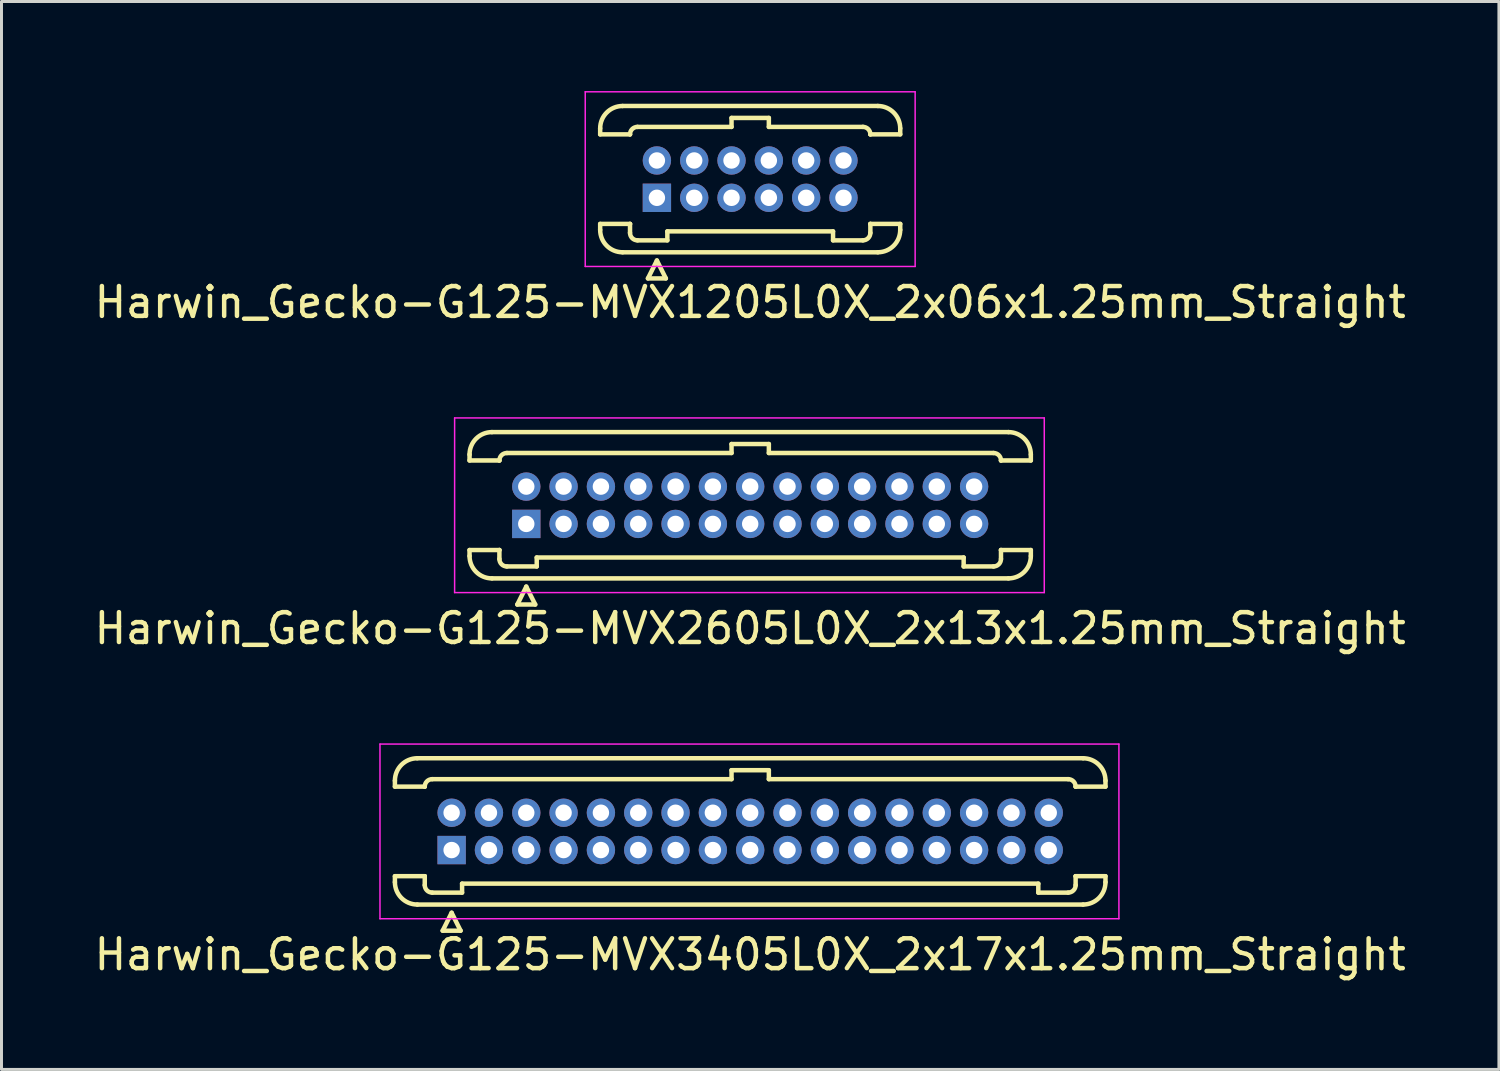
<source format=kicad_pcb>
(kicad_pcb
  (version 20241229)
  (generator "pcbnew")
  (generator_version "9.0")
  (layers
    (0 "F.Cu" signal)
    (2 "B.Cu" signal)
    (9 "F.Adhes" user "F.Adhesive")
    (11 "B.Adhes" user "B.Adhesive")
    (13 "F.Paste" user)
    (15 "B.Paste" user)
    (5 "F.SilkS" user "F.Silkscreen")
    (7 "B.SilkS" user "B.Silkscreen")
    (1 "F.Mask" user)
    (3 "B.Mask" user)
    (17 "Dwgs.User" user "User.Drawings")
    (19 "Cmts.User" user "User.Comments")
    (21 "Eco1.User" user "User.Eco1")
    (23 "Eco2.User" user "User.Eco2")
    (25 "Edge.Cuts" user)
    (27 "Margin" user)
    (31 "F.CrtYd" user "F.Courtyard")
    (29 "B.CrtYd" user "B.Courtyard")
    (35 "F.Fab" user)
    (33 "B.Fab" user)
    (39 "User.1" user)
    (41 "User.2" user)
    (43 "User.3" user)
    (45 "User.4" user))
  (footprint "Harwin_Gecko-G125-MVX1205L0X_2x06x1.25mm_Straight"
    (layer "F.Cu")
    (at 18.952 3.575)
    (property "Reference" "Harwin_Gecko-G125-MVX1205L0X_2x06x1.25mm_Straight" (at 3.125 3.5 0) (layer "F.SilkS") (effects (font (size 1 1) (thickness 0.15))))
    (attr through_hole)
    (fp_line (start -1.9 -2.325) (end -1.9 -2.125) (stroke (width 0.15) (type solid)) (layer "F.SilkS"))
    (fp_line (start -1.9 -2.125) (end -0.9 -2.125) (stroke (width 0.15) (type solid)) (layer "F.SilkS"))
    (fp_line (start -1.9 0.875) (end -0.9 0.875) (stroke (width 0.15) (type solid)) (layer "F.SilkS"))
    (fp_line (start -1.9 1.075) (end -1.9 0.875) (stroke (width 0.15) (type solid)) (layer "F.SilkS"))
    (fp_line (start -1.15 -3.075) (end 7.4 -3.075) (stroke (width 0.15) (type solid)) (layer "F.SilkS"))
    (fp_line (start -1.15 1.825) (end 7.4 1.825) (stroke (width 0.15) (type solid)) (layer "F.SilkS"))
    (fp_line (start -0.9 -2.125) (end -0.9 -2.125) (stroke (width 0.15) (type solid)) (layer "F.SilkS"))
    (fp_line (start -0.9 0.875) (end -0.9 0.875) (stroke (width 0.15) (type solid)) (layer "F.SilkS"))
    (fp_line (start -0.9 1.175) (end -0.9 0.875) (stroke (width 0.15) (type solid)) (layer "F.SilkS"))
    (fp_line (start -0.65 -2.375) (end 2.5 -2.375) (stroke (width 0.15) (type solid)) (layer "F.SilkS"))
    (fp_line (start -0.65 1.425) (end 0.35 1.425) (stroke (width 0.15) (type solid)) (layer "F.SilkS"))
    (fp_line (start -0.3 2.7) (end 0.3 2.7) (stroke (width 0.15) (type solid)) (layer "F.SilkS"))
    (fp_line (start 0 2.1) (end -0.3 2.7) (stroke (width 0.15) (type solid)) (layer "F.SilkS"))
    (fp_line (start 0.3 2.7) (end 0 2.1) (stroke (width 0.15) (type solid)) (layer "F.SilkS"))
    (fp_line (start 0.35 1.125) (end 5.9 1.125) (stroke (width 0.15) (type solid)) (layer "F.SilkS"))
    (fp_line (start 0.35 1.425) (end 0.35 1.125) (stroke (width 0.15) (type solid)) (layer "F.SilkS"))
    (fp_line (start 2.5 -2.675) (end 3.75 -2.675) (stroke (width 0.15) (type solid)) (layer "F.SilkS"))
    (fp_line (start 2.5 -2.375) (end 2.5 -2.675) (stroke (width 0.15) (type solid)) (layer "F.SilkS"))
    (fp_line (start 3.75 -2.675) (end 3.75 -2.375) (stroke (width 0.15) (type solid)) (layer "F.SilkS"))
    (fp_line (start 3.75 -2.375) (end 6.9 -2.375) (stroke (width 0.15) (type solid)) (layer "F.SilkS"))
    (fp_line (start 5.9 1.125) (end 5.9 1.425) (stroke (width 0.15) (type solid)) (layer "F.SilkS"))
    (fp_line (start 5.9 1.425) (end 6.9 1.425) (stroke (width 0.15) (type solid)) (layer "F.SilkS"))
    (fp_line (start 7.15 -2.125) (end 7.15 -2.125) (stroke (width 0.15) (type solid)) (layer "F.SilkS"))
    (fp_line (start 7.15 0.875) (end 7.15 0.875) (stroke (width 0.15) (type solid)) (layer "F.SilkS"))
    (fp_line (start 7.15 1.175) (end 7.15 0.875) (stroke (width 0.15) (type solid)) (layer "F.SilkS"))
    (fp_line (start 8.15 -2.325) (end 8.15 -2.125) (stroke (width 0.15) (type solid)) (layer "F.SilkS"))
    (fp_line (start 8.15 -2.125) (end 7.15 -2.125) (stroke (width 0.15) (type solid)) (layer "F.SilkS"))
    (fp_line (start 8.15 0.875) (end 7.15 0.875) (stroke (width 0.15) (type solid)) (layer "F.SilkS"))
    (fp_line (start 8.15 1.075) (end 8.15 0.875) (stroke (width 0.15) (type solid)) (layer "F.SilkS"))
    (fp_arc (start -1.9 -2.325) (mid -1.68033 -2.85533) (end -1.15 -3.075) (stroke (width 0.15) (type solid)) (layer "F.SilkS"))
    (fp_arc (start -1.15 1.825) (mid -1.68033 1.60533) (end -1.9 1.075) (stroke (width 0.15) (type solid)) (layer "F.SilkS"))
    (fp_arc (start -0.9 -2.125) (mid -0.826777 -2.301777) (end -0.65 -2.375) (stroke (width 0.15) (type solid)) (layer "F.SilkS"))
    (fp_arc (start -0.65 1.425) (mid -0.826777 1.351777) (end -0.9 1.175) (stroke (width 0.15) (type solid)) (layer "F.SilkS"))
    (fp_arc (start 6.9 -2.375) (mid 7.076777 -2.301777) (end 7.15 -2.125) (stroke (width 0.15) (type solid)) (layer "F.SilkS"))
    (fp_arc (start 7.15 1.175) (mid 7.076777 1.351777) (end 6.9 1.425) (stroke (width 0.15) (type solid)) (layer "F.SilkS"))
    (fp_arc (start 7.4 -3.075) (mid 7.93033 -2.85533) (end 8.15 -2.325) (stroke (width 0.15) (type solid)) (layer "F.SilkS"))
    (fp_arc (start 8.15 1.075) (mid 7.93033 1.60533) (end 7.4 1.825) (stroke (width 0.15) (type solid)) (layer "F.SilkS"))
    (fp_line (start -2.4 -3.55) (end -2.4 2.3) (stroke (width 0.05) (type solid)) (layer "F.CrtYd"))
    (fp_line (start -2.4 2.3) (end 8.65 2.3) (stroke (width 0.05) (type solid)) (layer "F.CrtYd"))
    (fp_line (start 8.65 -3.55) (end -2.4 -3.55) (stroke (width 0.05) (type solid)) (layer "F.CrtYd"))
    (fp_line (start 8.65 2.3) (end 8.65 -3.55) (stroke (width 0.05) (type solid)) (layer "F.CrtYd"))
    (pad "1" thru_hole rect (at 0 0) (size 0.95 0.95) (drill 0.55) (layers "*.Cu" "*.Mask"))
    (pad "2" thru_hole circle (at 0 -1.25) (size 0.95 0.95) (drill 0.55) (layers "*.Cu" "*.Mask"))
    (pad "3" thru_hole circle (at 1.25 0) (size 0.95 0.95) (drill 0.55) (layers "*.Cu" "*.Mask"))
    (pad "4" thru_hole circle (at 1.25 -1.25) (size 0.95 0.95) (drill 0.55) (layers "*.Cu" "*.Mask"))
    (pad "5" thru_hole circle (at 2.5 0) (size 0.95 0.95) (drill 0.55) (layers "*.Cu" "*.Mask"))
    (pad "6" thru_hole circle (at 2.5 -1.25) (size 0.95 0.95) (drill 0.55) (layers "*.Cu" "*.Mask"))
    (pad "7" thru_hole circle (at 3.75 0) (size 0.95 0.95) (drill 0.55) (layers "*.Cu" "*.Mask"))
    (pad "8" thru_hole circle (at 3.75 -1.25) (size 0.95 0.95) (drill 0.55) (layers "*.Cu" "*.Mask"))
    (pad "9" thru_hole circle (at 5 0) (size 0.95 0.95) (drill 0.55) (layers "*.Cu" "*.Mask"))
    (pad "10" thru_hole circle (at 5 -1.25) (size 0.95 0.95) (drill 0.55) (layers "*.Cu" "*.Mask"))
    (pad "11" thru_hole circle (at 6.25 0) (size 0.95 0.95) (drill 0.55) (layers "*.Cu" "*.Mask"))
    (pad "12" thru_hole circle (at 6.25 -1.25) (size 0.95 0.95) (drill 0.55) (layers "*.Cu" "*.Mask")))
  (footprint "Harwin_Gecko-G125-MVX3405L0X_2x17x1.25mm_Straight"
    (layer "F.Cu")
    (at 12.077 25.422)
    (property "Reference" "Harwin_Gecko-G125-MVX3405L0X_2x17x1.25mm_Straight" (at 10 3.5 0) (layer "F.SilkS") (effects (font (size 1 1) (thickness 0.15))))
    (attr through_hole)
    (fp_line (start -1.9 -2.325) (end -1.9 -2.125) (stroke (width 0.15) (type solid)) (layer "F.SilkS"))
    (fp_line (start -1.9 -2.125) (end -0.9 -2.125) (stroke (width 0.15) (type solid)) (layer "F.SilkS"))
    (fp_line (start -1.9 0.875) (end -0.9 0.875) (stroke (width 0.15) (type solid)) (layer "F.SilkS"))
    (fp_line (start -1.9 1.075) (end -1.9 0.875) (stroke (width 0.15) (type solid)) (layer "F.SilkS"))
    (fp_line (start -1.15 -3.075) (end 21.15 -3.075) (stroke (width 0.15) (type solid)) (layer "F.SilkS"))
    (fp_line (start -1.15 1.825) (end 21.15 1.825) (stroke (width 0.15) (type solid)) (layer "F.SilkS"))
    (fp_line (start -0.9 -2.125) (end -0.9 -2.125) (stroke (width 0.15) (type solid)) (layer "F.SilkS"))
    (fp_line (start -0.9 0.875) (end -0.9 0.875) (stroke (width 0.15) (type solid)) (layer "F.SilkS"))
    (fp_line (start -0.9 1.175) (end -0.9 0.875) (stroke (width 0.15) (type solid)) (layer "F.SilkS"))
    (fp_line (start -0.65 -2.375) (end 9.375 -2.375) (stroke (width 0.15) (type solid)) (layer "F.SilkS"))
    (fp_line (start -0.65 1.425) (end 0.35 1.425) (stroke (width 0.15) (type solid)) (layer "F.SilkS"))
    (fp_line (start -0.3 2.7) (end 0.3 2.7) (stroke (width 0.15) (type solid)) (layer "F.SilkS"))
    (fp_line (start 0 2.1) (end -0.3 2.7) (stroke (width 0.15) (type solid)) (layer "F.SilkS"))
    (fp_line (start 0.3 2.7) (end 0 2.1) (stroke (width 0.15) (type solid)) (layer "F.SilkS"))
    (fp_line (start 0.35 1.125) (end 19.65 1.125) (stroke (width 0.15) (type solid)) (layer "F.SilkS"))
    (fp_line (start 0.35 1.425) (end 0.35 1.125) (stroke (width 0.15) (type solid)) (layer "F.SilkS"))
    (fp_line (start 9.375 -2.675) (end 10.625 -2.675) (stroke (width 0.15) (type solid)) (layer "F.SilkS"))
    (fp_line (start 9.375 -2.375) (end 9.375 -2.675) (stroke (width 0.15) (type solid)) (layer "F.SilkS"))
    (fp_line (start 10.625 -2.675) (end 10.625 -2.375) (stroke (width 0.15) (type solid)) (layer "F.SilkS"))
    (fp_line (start 10.625 -2.375) (end 20.65 -2.375) (stroke (width 0.15) (type solid)) (layer "F.SilkS"))
    (fp_line (start 19.65 1.125) (end 19.65 1.425) (stroke (width 0.15) (type solid)) (layer "F.SilkS"))
    (fp_line (start 19.65 1.425) (end 20.65 1.425) (stroke (width 0.15) (type solid)) (layer "F.SilkS"))
    (fp_line (start 20.9 -2.125) (end 20.9 -2.125) (stroke (width 0.15) (type solid)) (layer "F.SilkS"))
    (fp_line (start 20.9 0.875) (end 20.9 0.875) (stroke (width 0.15) (type solid)) (layer "F.SilkS"))
    (fp_line (start 20.9 1.175) (end 20.9 0.875) (stroke (width 0.15) (type solid)) (layer "F.SilkS"))
    (fp_line (start 21.9 -2.325) (end 21.9 -2.125) (stroke (width 0.15) (type solid)) (layer "F.SilkS"))
    (fp_line (start 21.9 -2.125) (end 20.9 -2.125) (stroke (width 0.15) (type solid)) (layer "F.SilkS"))
    (fp_line (start 21.9 0.875) (end 20.9 0.875) (stroke (width 0.15) (type solid)) (layer "F.SilkS"))
    (fp_line (start 21.9 1.075) (end 21.9 0.875) (stroke (width 0.15) (type solid)) (layer "F.SilkS"))
    (fp_arc (start -1.9 -2.325) (mid -1.68033 -2.85533) (end -1.15 -3.075) (stroke (width 0.15) (type solid)) (layer "F.SilkS"))
    (fp_arc (start -1.15 1.825) (mid -1.68033 1.60533) (end -1.9 1.075) (stroke (width 0.15) (type solid)) (layer "F.SilkS"))
    (fp_arc (start -0.9 -2.125) (mid -0.826777 -2.301777) (end -0.65 -2.375) (stroke (width 0.15) (type solid)) (layer "F.SilkS"))
    (fp_arc (start -0.65 1.425) (mid -0.826777 1.351777) (end -0.9 1.175) (stroke (width 0.15) (type solid)) (layer "F.SilkS"))
    (fp_arc (start 20.65 -2.375) (mid 20.826777 -2.301777) (end 20.9 -2.125) (stroke (width 0.15) (type solid)) (layer "F.SilkS"))
    (fp_arc (start 20.9 1.175) (mid 20.826777 1.351777) (end 20.65 1.425) (stroke (width 0.15) (type solid)) (layer "F.SilkS"))
    (fp_arc (start 21.15 -3.075) (mid 21.68033 -2.85533) (end 21.9 -2.325) (stroke (width 0.15) (type solid)) (layer "F.SilkS"))
    (fp_arc (start 21.9 1.075) (mid 21.68033 1.60533) (end 21.15 1.825) (stroke (width 0.15) (type solid)) (layer "F.SilkS"))
    (fp_line (start -2.4 -3.55) (end -2.4 2.3) (stroke (width 0.05) (type solid)) (layer "F.CrtYd"))
    (fp_line (start -2.4 2.3) (end 22.35 2.3) (stroke (width 0.05) (type solid)) (layer "F.CrtYd"))
    (fp_line (start 22.35 -3.55) (end -2.4 -3.55) (stroke (width 0.05) (type solid)) (layer "F.CrtYd"))
    (fp_line (start 22.35 2.3) (end 22.35 -3.55) (stroke (width 0.05) (type solid)) (layer "F.CrtYd"))
    (pad "1" thru_hole rect (at 0 0) (size 0.95 0.95) (drill 0.55) (layers "*.Cu" "*.Mask"))
    (pad "2" thru_hole circle (at 0 -1.25) (size 0.95 0.95) (drill 0.55) (layers "*.Cu" "*.Mask"))
    (pad "3" thru_hole circle (at 1.25 0) (size 0.95 0.95) (drill 0.55) (layers "*.Cu" "*.Mask"))
    (pad "4" thru_hole circle (at 1.25 -1.25) (size 0.95 0.95) (drill 0.55) (layers "*.Cu" "*.Mask"))
    (pad "5" thru_hole circle (at 2.5 0) (size 0.95 0.95) (drill 0.55) (layers "*.Cu" "*.Mask"))
    (pad "6" thru_hole circle (at 2.5 -1.25) (size 0.95 0.95) (drill 0.55) (layers "*.Cu" "*.Mask"))
    (pad "7" thru_hole circle (at 3.75 0) (size 0.95 0.95) (drill 0.55) (layers "*.Cu" "*.Mask"))
    (pad "8" thru_hole circle (at 3.75 -1.25) (size 0.95 0.95) (drill 0.55) (layers "*.Cu" "*.Mask"))
    (pad "9" thru_hole circle (at 5 0) (size 0.95 0.95) (drill 0.55) (layers "*.Cu" "*.Mask"))
    (pad "10" thru_hole circle (at 5 -1.25) (size 0.95 0.95) (drill 0.55) (layers "*.Cu" "*.Mask"))
    (pad "11" thru_hole circle (at 6.25 0) (size 0.95 0.95) (drill 0.55) (layers "*.Cu" "*.Mask"))
    (pad "12" thru_hole circle (at 6.25 -1.25) (size 0.95 0.95) (drill 0.55) (layers "*.Cu" "*.Mask"))
    (pad "13" thru_hole circle (at 7.5 0) (size 0.95 0.95) (drill 0.55) (layers "*.Cu" "*.Mask"))
    (pad "14" thru_hole circle (at 7.5 -1.25) (size 0.95 0.95) (drill 0.55) (layers "*.Cu" "*.Mask"))
    (pad "15" thru_hole circle (at 8.75 0) (size 0.95 0.95) (drill 0.55) (layers "*.Cu" "*.Mask"))
    (pad "16" thru_hole circle (at 8.75 -1.25) (size 0.95 0.95) (drill 0.55) (layers "*.Cu" "*.Mask"))
    (pad "17" thru_hole circle (at 10 0) (size 0.95 0.95) (drill 0.55) (layers "*.Cu" "*.Mask"))
    (pad "18" thru_hole circle (at 10 -1.25) (size 0.95 0.95) (drill 0.55) (layers "*.Cu" "*.Mask"))
    (pad "19" thru_hole circle (at 11.25 0) (size 0.95 0.95) (drill 0.55) (layers "*.Cu" "*.Mask"))
    (pad "20" thru_hole circle (at 11.25 -1.25) (size 0.95 0.95) (drill 0.55) (layers "*.Cu" "*.Mask"))
    (pad "21" thru_hole circle (at 12.5 0) (size 0.95 0.95) (drill 0.55) (layers "*.Cu" "*.Mask"))
    (pad "22" thru_hole circle (at 12.5 -1.25) (size 0.95 0.95) (drill 0.55) (layers "*.Cu" "*.Mask"))
    (pad "23" thru_hole circle (at 13.75 0) (size 0.95 0.95) (drill 0.55) (layers "*.Cu" "*.Mask"))
    (pad "24" thru_hole circle (at 13.75 -1.25) (size 0.95 0.95) (drill 0.55) (layers "*.Cu" "*.Mask"))
    (pad "25" thru_hole circle (at 15 0) (size 0.95 0.95) (drill 0.55) (layers "*.Cu" "*.Mask"))
    (pad "26" thru_hole circle (at 15 -1.25) (size 0.95 0.95) (drill 0.55) (layers "*.Cu" "*.Mask"))
    (pad "27" thru_hole circle (at 16.25 0) (size 0.95 0.95) (drill 0.55) (layers "*.Cu" "*.Mask"))
    (pad "28" thru_hole circle (at 16.25 -1.25) (size 0.95 0.95) (drill 0.55) (layers "*.Cu" "*.Mask"))
    (pad "29" thru_hole circle (at 17.5 0) (size 0.95 0.95) (drill 0.55) (layers "*.Cu" "*.Mask"))
    (pad "30" thru_hole circle (at 17.5 -1.25) (size 0.95 0.95) (drill 0.55) (layers "*.Cu" "*.Mask"))
    (pad "31" thru_hole circle (at 18.75 0) (size 0.95 0.95) (drill 0.55) (layers "*.Cu" "*.Mask"))
    (pad "32" thru_hole circle (at 18.75 -1.25) (size 0.95 0.95) (drill 0.55) (layers "*.Cu" "*.Mask"))
    (pad "33" thru_hole circle (at 20 0) (size 0.95 0.95) (drill 0.55) (layers "*.Cu" "*.Mask"))
    (pad "34" thru_hole circle (at 20 -1.25) (size 0.95 0.95) (drill 0.55) (layers "*.Cu" "*.Mask")))
  (footprint "Harwin_Gecko-G125-MVX2605L0X_2x13x1.25mm_Straight"
    (layer "F.Cu")
    (at 14.577 14.498)
    (property "Reference" "Harwin_Gecko-G125-MVX2605L0X_2x13x1.25mm_Straight" (at 7.5 3.5 0) (layer "F.SilkS") (effects (font (size 1 1) (thickness 0.15))))
    (attr through_hole)
    (fp_line (start -1.9 -2.325) (end -1.9 -2.125) (stroke (width 0.15) (type solid)) (layer "F.SilkS"))
    (fp_line (start -1.9 -2.125) (end -0.9 -2.125) (stroke (width 0.15) (type solid)) (layer "F.SilkS"))
    (fp_line (start -1.9 0.875) (end -0.9 0.875) (stroke (width 0.15) (type solid)) (layer "F.SilkS"))
    (fp_line (start -1.9 1.075) (end -1.9 0.875) (stroke (width 0.15) (type solid)) (layer "F.SilkS"))
    (fp_line (start -1.15 -3.075) (end 16.15 -3.075) (stroke (width 0.15) (type solid)) (layer "F.SilkS"))
    (fp_line (start -1.15 1.825) (end 16.15 1.825) (stroke (width 0.15) (type solid)) (layer "F.SilkS"))
    (fp_line (start -0.9 -2.125) (end -0.9 -2.125) (stroke (width 0.15) (type solid)) (layer "F.SilkS"))
    (fp_line (start -0.9 0.875) (end -0.9 0.875) (stroke (width 0.15) (type solid)) (layer "F.SilkS"))
    (fp_line (start -0.9 1.175) (end -0.9 0.875) (stroke (width 0.15) (type solid)) (layer "F.SilkS"))
    (fp_line (start -0.65 -2.375) (end 6.875 -2.375) (stroke (width 0.15) (type solid)) (layer "F.SilkS"))
    (fp_line (start -0.65 1.425) (end 0.35 1.425) (stroke (width 0.15) (type solid)) (layer "F.SilkS"))
    (fp_line (start -0.3 2.7) (end 0.3 2.7) (stroke (width 0.15) (type solid)) (layer "F.SilkS"))
    (fp_line (start 0 2.1) (end -0.3 2.7) (stroke (width 0.15) (type solid)) (layer "F.SilkS"))
    (fp_line (start 0.3 2.7) (end 0 2.1) (stroke (width 0.15) (type solid)) (layer "F.SilkS"))
    (fp_line (start 0.35 1.125) (end 14.65 1.125) (stroke (width 0.15) (type solid)) (layer "F.SilkS"))
    (fp_line (start 0.35 1.425) (end 0.35 1.125) (stroke (width 0.15) (type solid)) (layer "F.SilkS"))
    (fp_line (start 6.875 -2.675) (end 8.125 -2.675) (stroke (width 0.15) (type solid)) (layer "F.SilkS"))
    (fp_line (start 6.875 -2.375) (end 6.875 -2.675) (stroke (width 0.15) (type solid)) (layer "F.SilkS"))
    (fp_line (start 8.125 -2.675) (end 8.125 -2.375) (stroke (width 0.15) (type solid)) (layer "F.SilkS"))
    (fp_line (start 8.125 -2.375) (end 15.65 -2.375) (stroke (width 0.15) (type solid)) (layer "F.SilkS"))
    (fp_line (start 14.65 1.125) (end 14.65 1.425) (stroke (width 0.15) (type solid)) (layer "F.SilkS"))
    (fp_line (start 14.65 1.425) (end 15.65 1.425) (stroke (width 0.15) (type solid)) (layer "F.SilkS"))
    (fp_line (start 15.9 -2.125) (end 15.9 -2.125) (stroke (width 0.15) (type solid)) (layer "F.SilkS"))
    (fp_line (start 15.9 0.875) (end 15.9 0.875) (stroke (width 0.15) (type solid)) (layer "F.SilkS"))
    (fp_line (start 15.9 1.175) (end 15.9 0.875) (stroke (width 0.15) (type solid)) (layer "F.SilkS"))
    (fp_line (start 16.9 -2.325) (end 16.9 -2.125) (stroke (width 0.15) (type solid)) (layer "F.SilkS"))
    (fp_line (start 16.9 -2.125) (end 15.9 -2.125) (stroke (width 0.15) (type solid)) (layer "F.SilkS"))
    (fp_line (start 16.9 0.875) (end 15.9 0.875) (stroke (width 0.15) (type solid)) (layer "F.SilkS"))
    (fp_line (start 16.9 1.075) (end 16.9 0.875) (stroke (width 0.15) (type solid)) (layer "F.SilkS"))
    (fp_arc (start -1.9 -2.325) (mid -1.68033 -2.85533) (end -1.15 -3.075) (stroke (width 0.15) (type solid)) (layer "F.SilkS"))
    (fp_arc (start -1.15 1.825) (mid -1.68033 1.60533) (end -1.9 1.075) (stroke (width 0.15) (type solid)) (layer "F.SilkS"))
    (fp_arc (start -0.9 -2.125) (mid -0.826777 -2.301777) (end -0.65 -2.375) (stroke (width 0.15) (type solid)) (layer "F.SilkS"))
    (fp_arc (start -0.65 1.425) (mid -0.826777 1.351777) (end -0.9 1.175) (stroke (width 0.15) (type solid)) (layer "F.SilkS"))
    (fp_arc (start 15.65 -2.375) (mid 15.826777 -2.301777) (end 15.9 -2.125) (stroke (width 0.15) (type solid)) (layer "F.SilkS"))
    (fp_arc (start 15.9 1.175) (mid 15.826777 1.351777) (end 15.65 1.425) (stroke (width 0.15) (type solid)) (layer "F.SilkS"))
    (fp_arc (start 16.15 -3.075) (mid 16.68033 -2.85533) (end 16.9 -2.325) (stroke (width 0.15) (type solid)) (layer "F.SilkS"))
    (fp_arc (start 16.9 1.075) (mid 16.68033 1.60533) (end 16.15 1.825) (stroke (width 0.15) (type solid)) (layer "F.SilkS"))
    (fp_line (start -2.4 -3.55) (end -2.4 2.3) (stroke (width 0.05) (type solid)) (layer "F.CrtYd"))
    (fp_line (start -2.4 2.3) (end 17.35 2.3) (stroke (width 0.05) (type solid)) (layer "F.CrtYd"))
    (fp_line (start 17.35 -3.55) (end -2.4 -3.55) (stroke (width 0.05) (type solid)) (layer "F.CrtYd"))
    (fp_line (start 17.35 2.3) (end 17.35 -3.55) (stroke (width 0.05) (type solid)) (layer "F.CrtYd"))
    (pad "1" thru_hole rect (at 0 0) (size 0.95 0.95) (drill 0.55) (layers "*.Cu" "*.Mask"))
    (pad "2" thru_hole circle (at 0 -1.25) (size 0.95 0.95) (drill 0.55) (layers "*.Cu" "*.Mask"))
    (pad "3" thru_hole circle (at 1.25 0) (size 0.95 0.95) (drill 0.55) (layers "*.Cu" "*.Mask"))
    (pad "4" thru_hole circle (at 1.25 -1.25) (size 0.95 0.95) (drill 0.55) (layers "*.Cu" "*.Mask"))
    (pad "5" thru_hole circle (at 2.5 0) (size 0.95 0.95) (drill 0.55) (layers "*.Cu" "*.Mask"))
    (pad "6" thru_hole circle (at 2.5 -1.25) (size 0.95 0.95) (drill 0.55) (layers "*.Cu" "*.Mask"))
    (pad "7" thru_hole circle (at 3.75 0) (size 0.95 0.95) (drill 0.55) (layers "*.Cu" "*.Mask"))
    (pad "8" thru_hole circle (at 3.75 -1.25) (size 0.95 0.95) (drill 0.55) (layers "*.Cu" "*.Mask"))
    (pad "9" thru_hole circle (at 5 0) (size 0.95 0.95) (drill 0.55) (layers "*.Cu" "*.Mask"))
    (pad "10" thru_hole circle (at 5 -1.25) (size 0.95 0.95) (drill 0.55) (layers "*.Cu" "*.Mask"))
    (pad "11" thru_hole circle (at 6.25 0) (size 0.95 0.95) (drill 0.55) (layers "*.Cu" "*.Mask"))
    (pad "12" thru_hole circle (at 6.25 -1.25) (size 0.95 0.95) (drill 0.55) (layers "*.Cu" "*.Mask"))
    (pad "13" thru_hole circle (at 7.5 0) (size 0.95 0.95) (drill 0.55) (layers "*.Cu" "*.Mask"))
    (pad "14" thru_hole circle (at 7.5 -1.25) (size 0.95 0.95) (drill 0.55) (layers "*.Cu" "*.Mask"))
    (pad "15" thru_hole circle (at 8.75 0) (size 0.95 0.95) (drill 0.55) (layers "*.Cu" "*.Mask"))
    (pad "16" thru_hole circle (at 8.75 -1.25) (size 0.95 0.95) (drill 0.55) (layers "*.Cu" "*.Mask"))
    (pad "17" thru_hole circle (at 10 0) (size 0.95 0.95) (drill 0.55) (layers "*.Cu" "*.Mask"))
    (pad "18" thru_hole circle (at 10 -1.25) (size 0.95 0.95) (drill 0.55) (layers "*.Cu" "*.Mask"))
    (pad "19" thru_hole circle (at 11.25 0) (size 0.95 0.95) (drill 0.55) (layers "*.Cu" "*.Mask"))
    (pad "20" thru_hole circle (at 11.25 -1.25) (size 0.95 0.95) (drill 0.55) (layers "*.Cu" "*.Mask"))
    (pad "21" thru_hole circle (at 12.5 0) (size 0.95 0.95) (drill 0.55) (layers "*.Cu" "*.Mask"))
    (pad "22" thru_hole circle (at 12.5 -1.25) (size 0.95 0.95) (drill 0.55) (layers "*.Cu" "*.Mask"))
    (pad "23" thru_hole circle (at 13.75 0) (size 0.95 0.95) (drill 0.55) (layers "*.Cu" "*.Mask"))
    (pad "24" thru_hole circle (at 13.75 -1.25) (size 0.95 0.95) (drill 0.55) (layers "*.Cu" "*.Mask"))
    (pad "25" thru_hole circle (at 15 0) (size 0.95 0.95) (drill 0.55) (layers "*.Cu" "*.Mask"))
    (pad "26" thru_hole circle (at 15 -1.25) (size 0.95 0.95) (drill 0.55) (layers "*.Cu" "*.Mask")))
  (gr_rect
    (start -3 -3)
    (end 47.155 32.77)
    (stroke (width 0.1) (type default))
    (fill no)
    (layer "Edge.Cuts")))
</source>
